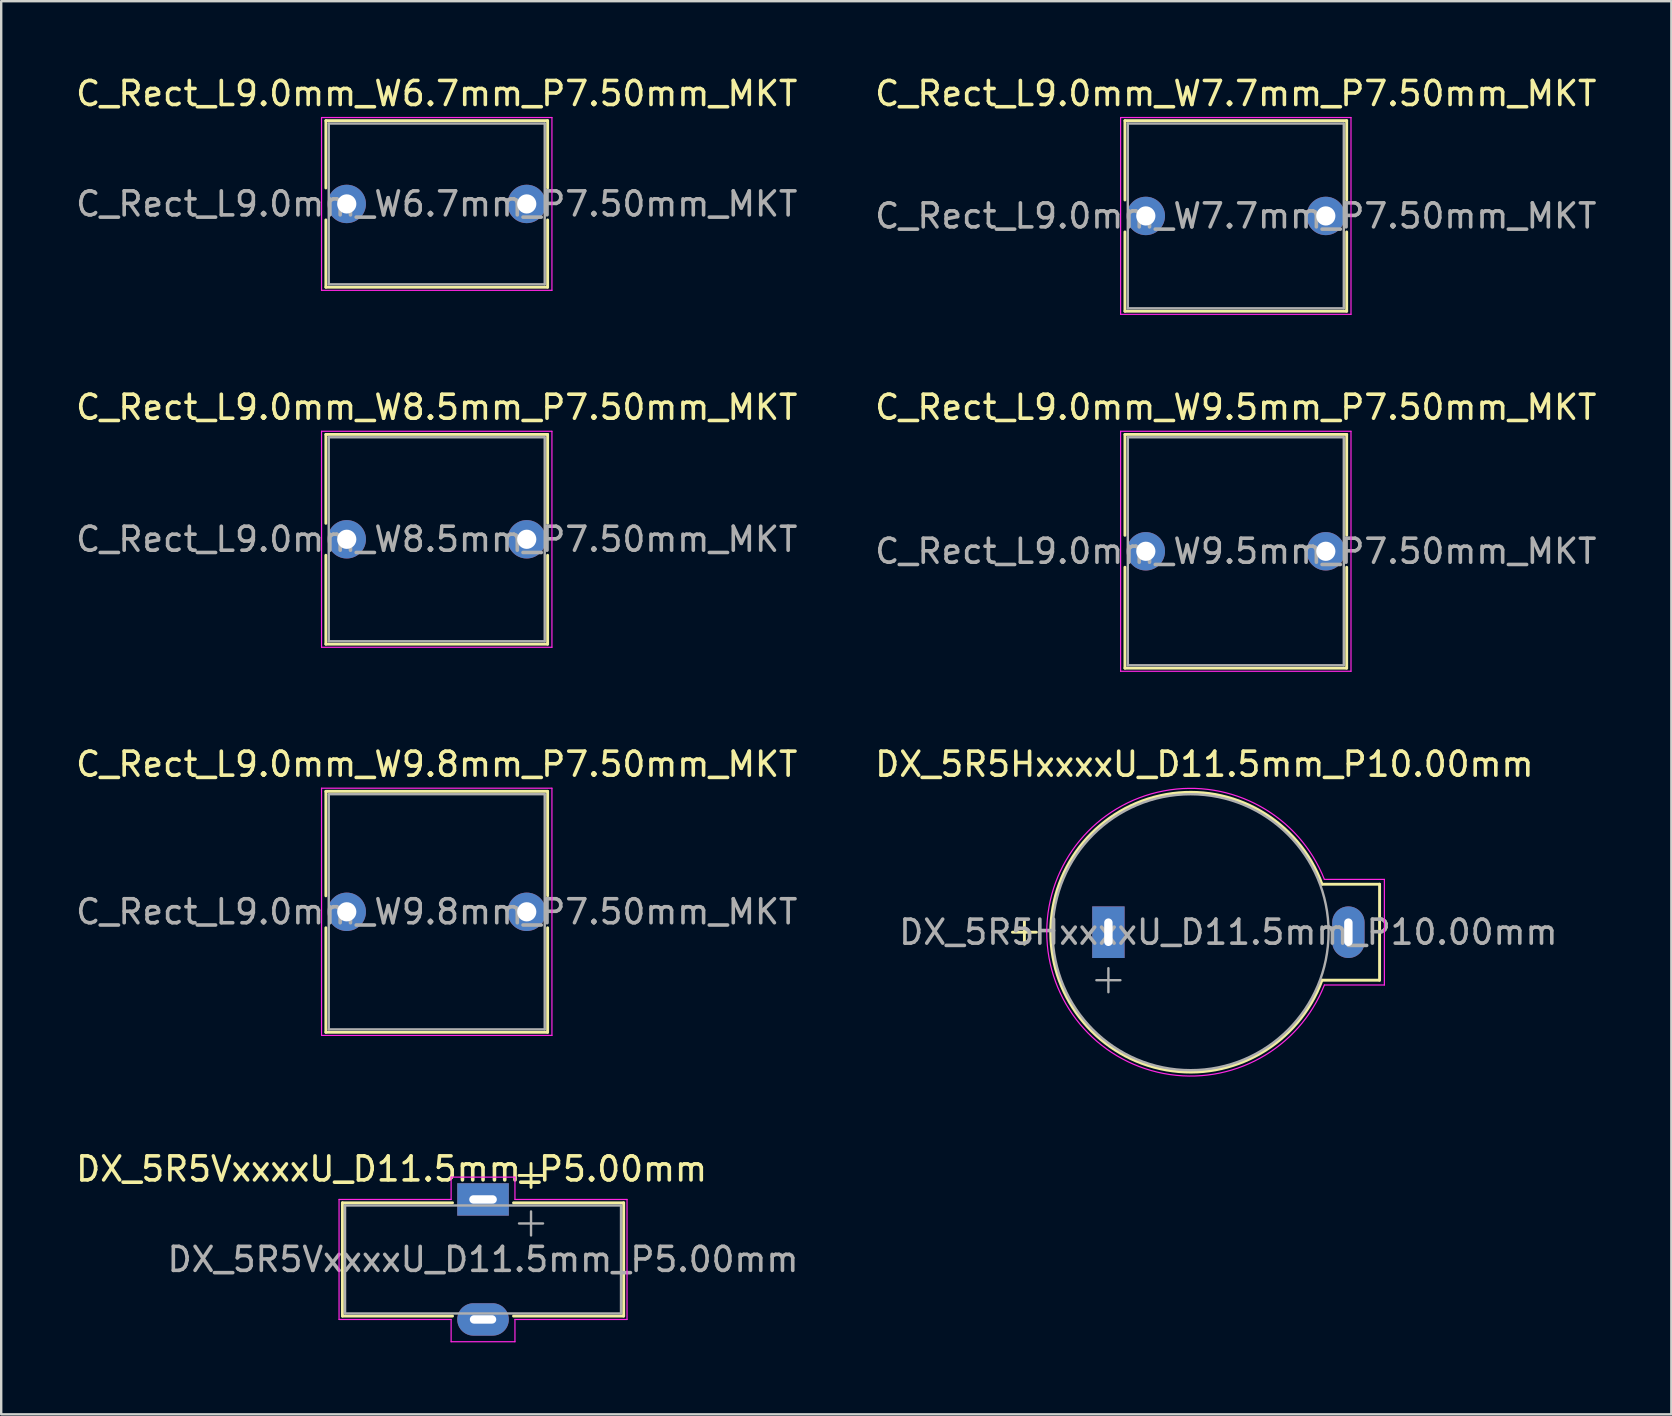
<source format=kicad_pcb>
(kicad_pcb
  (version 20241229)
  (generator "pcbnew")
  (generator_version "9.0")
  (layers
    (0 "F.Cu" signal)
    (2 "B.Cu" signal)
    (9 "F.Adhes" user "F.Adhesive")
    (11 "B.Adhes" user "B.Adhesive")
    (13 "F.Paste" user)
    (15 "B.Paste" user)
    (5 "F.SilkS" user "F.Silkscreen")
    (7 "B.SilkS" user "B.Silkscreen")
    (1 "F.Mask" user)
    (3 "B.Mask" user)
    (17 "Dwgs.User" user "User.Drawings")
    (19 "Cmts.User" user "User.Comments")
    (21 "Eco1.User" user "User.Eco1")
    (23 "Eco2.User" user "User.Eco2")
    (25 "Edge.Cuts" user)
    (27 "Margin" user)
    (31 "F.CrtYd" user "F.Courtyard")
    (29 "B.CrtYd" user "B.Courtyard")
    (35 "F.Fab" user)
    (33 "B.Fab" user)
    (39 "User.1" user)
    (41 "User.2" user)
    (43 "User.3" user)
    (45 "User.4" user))
  (footprint "DX_5R5HxxxxU_D11.5mm_P10.00mm"
    (layer "F.Cu")
    (at 43.137 35.795)
    (property "Reference" "DX_5R5HxxxxU_D11.5mm_P10.00mm" (at 4 -7 0) (layer "F.SilkS") (effects (font (size 1 1) (thickness 0.15))))
    (attr through_hole)
    (fp_line (start -4 0) (end -3 0) (stroke (width 0.12) (type solid)) (layer "F.SilkS"))
    (fp_line (start -3.5 -0.5) (end -3.5 0.5) (stroke (width 0.12) (type solid)) (layer "F.SilkS"))
    (fp_line (start 8.9 -2) (end 11.3 -2) (stroke (width 0.12) (type solid)) (layer "F.SilkS"))
    (fp_line (start 11.3 -2) (end 11.3 2) (stroke (width 0.12) (type solid)) (layer "F.SilkS"))
    (fp_line (start 11.3 2) (end 8.9 2) (stroke (width 0.12) (type solid)) (layer "F.SilkS"))
    (fp_arc (start 8.9 2) (mid -2.403861 0) (end 8.9 -2) (stroke (width 0.12) (type solid)) (layer "F.SilkS"))
    (fp_line (start 9 -2.2) (end 11.5 -2.2) (stroke (width 0.05) (type solid)) (layer "F.CrtYd"))
    (fp_line (start 11.5 -2.2) (end 11.5 2.2) (stroke (width 0.05) (type solid)) (layer "F.CrtYd"))
    (fp_line (start 11.5 2.2) (end 9 2.2) (stroke (width 0.05) (type solid)) (layer "F.CrtYd"))
    (fp_arc (start 9 2.2) (mid -2.568382 0) (end 9 -2.2) (stroke (width 0.05) (type solid)) (layer "F.CrtYd"))
    (fp_line (start -0.5 2) (end 0.5 2) (stroke (width 0.1) (type solid)) (layer "F.Fab"))
    (fp_line (start 0 1.5) (end 0 2.5) (stroke (width 0.1) (type solid)) (layer "F.Fab"))
    (fp_circle (center 3.425 0) (end 9.175 0) (stroke (width 0.1) (type solid)) (fill no) (layer "F.Fab"))
    (fp_text user "${REFERENCE}" (at 5 0 0) (layer "F.Fab") (effects (font (size 1 1) (thickness 0.15))))
    (pad "1" thru_hole rect (at 0 0) (size 1.35 2.15) (drill oval 0.35 1.15) (layers "*.Cu" "*.Mask"))
    (pad "2" thru_hole oval (at 10 0) (size 1.35 2.15) (drill oval 0.35 1.15) (layers "*.Cu" "*.Mask")))
  (footprint "C_Rect_L9.0mm_W9.5mm_P7.50mm_MKT"
    (layer "F.Cu")
    (at 44.696 19.922)
    (property "Reference" "C_Rect_L9.0mm_W9.5mm_P7.50mm_MKT" (at 3.75 -6 0) (layer "F.SilkS") (effects (font (size 1 1) (thickness 0.15))))
    (attr through_hole)
    (fp_line (start -0.87 -4.87) (end -0.87 -0.665) (stroke (width 0.12) (type solid)) (layer "F.SilkS"))
    (fp_line (start -0.87 -4.87) (end 8.37 -4.87) (stroke (width 0.12) (type solid)) (layer "F.SilkS"))
    (fp_line (start -0.87 0.665) (end -0.87 4.87) (stroke (width 0.12) (type solid)) (layer "F.SilkS"))
    (fp_line (start -0.87 4.87) (end 8.37 4.87) (stroke (width 0.12) (type solid)) (layer "F.SilkS"))
    (fp_line (start 8.37 -4.87) (end 8.37 -0.665) (stroke (width 0.12) (type solid)) (layer "F.SilkS"))
    (fp_line (start 8.37 0.665) (end 8.37 4.87) (stroke (width 0.12) (type solid)) (layer "F.SilkS"))
    (fp_line (start -1.05 -5) (end -1.05 5) (stroke (width 0.05) (type solid)) (layer "F.CrtYd"))
    (fp_line (start -1.05 5) (end 8.55 5) (stroke (width 0.05) (type solid)) (layer "F.CrtYd"))
    (fp_line (start 8.55 -5) (end -1.05 -5) (stroke (width 0.05) (type solid)) (layer "F.CrtYd"))
    (fp_line (start 8.55 5) (end 8.55 -5) (stroke (width 0.05) (type solid)) (layer "F.CrtYd"))
    (fp_line (start -0.75 -4.75) (end -0.75 4.75) (stroke (width 0.1) (type solid)) (layer "F.Fab"))
    (fp_line (start -0.75 4.75) (end 8.25 4.75) (stroke (width 0.1) (type solid)) (layer "F.Fab"))
    (fp_line (start 8.25 -4.75) (end -0.75 -4.75) (stroke (width 0.1) (type solid)) (layer "F.Fab"))
    (fp_line (start 8.25 4.75) (end 8.25 -4.75) (stroke (width 0.1) (type solid)) (layer "F.Fab"))
    (fp_text user "${REFERENCE}" (at 3.75 0 0) (layer "F.Fab") (effects (font (size 1 1) (thickness 0.15))))
    (pad "1" thru_hole circle (at 0 0) (size 1.6 1.6) (drill 0.8) (layers "*.Cu" "*.Mask"))
    (pad "2" thru_hole circle (at 7.5 0) (size 1.6 1.6) (drill 0.8) (layers "*.Cu" "*.Mask")))
  (footprint "C_Rect_L9.0mm_W8.5mm_P7.50mm_MKT"
    (layer "F.Cu")
    (at 11.399 19.422)
    (property "Reference" "C_Rect_L9.0mm_W8.5mm_P7.50mm_MKT" (at 3.75 -5.5 0) (layer "F.SilkS") (effects (font (size 1 1) (thickness 0.15))))
    (attr through_hole)
    (fp_line (start -0.87 -4.37) (end -0.87 -0.665) (stroke (width 0.12) (type solid)) (layer "F.SilkS"))
    (fp_line (start -0.87 -4.37) (end 8.37 -4.37) (stroke (width 0.12) (type solid)) (layer "F.SilkS"))
    (fp_line (start -0.87 0.665) (end -0.87 4.37) (stroke (width 0.12) (type solid)) (layer "F.SilkS"))
    (fp_line (start -0.87 4.37) (end 8.37 4.37) (stroke (width 0.12) (type solid)) (layer "F.SilkS"))
    (fp_line (start 8.37 -4.37) (end 8.37 -0.665) (stroke (width 0.12) (type solid)) (layer "F.SilkS"))
    (fp_line (start 8.37 0.665) (end 8.37 4.37) (stroke (width 0.12) (type solid)) (layer "F.SilkS"))
    (fp_line (start -1.05 -4.5) (end -1.05 4.5) (stroke (width 0.05) (type solid)) (layer "F.CrtYd"))
    (fp_line (start -1.05 4.5) (end 8.55 4.5) (stroke (width 0.05) (type solid)) (layer "F.CrtYd"))
    (fp_line (start 8.55 -4.5) (end -1.05 -4.5) (stroke (width 0.05) (type solid)) (layer "F.CrtYd"))
    (fp_line (start 8.55 4.5) (end 8.55 -4.5) (stroke (width 0.05) (type solid)) (layer "F.CrtYd"))
    (fp_line (start -0.75 -4.25) (end -0.75 4.25) (stroke (width 0.1) (type solid)) (layer "F.Fab"))
    (fp_line (start -0.75 4.25) (end 8.25 4.25) (stroke (width 0.1) (type solid)) (layer "F.Fab"))
    (fp_line (start 8.25 -4.25) (end -0.75 -4.25) (stroke (width 0.1) (type solid)) (layer "F.Fab"))
    (fp_line (start 8.25 4.25) (end 8.25 -4.25) (stroke (width 0.1) (type solid)) (layer "F.Fab"))
    (fp_text user "${REFERENCE}" (at 3.75 0 0) (layer "F.Fab") (effects (font (size 1 1) (thickness 0.15))))
    (pad "1" thru_hole circle (at 0 0) (size 1.6 1.6) (drill 0.8) (layers "*.Cu" "*.Mask"))
    (pad "2" thru_hole circle (at 7.5 0) (size 1.6 1.6) (drill 0.8) (layers "*.Cu" "*.Mask")))
  (footprint "DX_5R5VxxxxU_D11.5mm_P5.00mm"
    (layer "F.Cu")
    (at 17.078 46.931)
    (property "Reference" "DX_5R5VxxxxU_D11.5mm_P5.00mm" (at -3.81 -1.27 0) (layer "F.SilkS") (effects (font (size 1 1) (thickness 0.15))))
    (attr through_hole)
    (fp_line (start -5.86 0.14) (end -5.86 4.86) (stroke (width 0.12) (type solid)) (layer "F.SilkS"))
    (fp_line (start -5.86 0.14) (end -1.27 0.14) (stroke (width 0.12) (type solid)) (layer "F.SilkS"))
    (fp_line (start -1.27 4.86) (end -5.86 4.86) (stroke (width 0.12) (type solid)) (layer "F.SilkS"))
    (fp_line (start 1.27 0.14) (end 5.86 0.14) (stroke (width 0.12) (type solid)) (layer "F.SilkS"))
    (fp_line (start 1.5 -1) (end 2.5 -1) (stroke (width 0.12) (type solid)) (layer "F.SilkS"))
    (fp_line (start 2 -1.5) (end 2 -0.5) (stroke (width 0.12) (type solid)) (layer "F.SilkS"))
    (fp_line (start 5.86 0.14) (end 5.86 4.86) (stroke (width 0.12) (type solid)) (layer "F.SilkS"))
    (fp_line (start 5.86 4.86) (end 1.27 4.86) (stroke (width 0.12) (type solid)) (layer "F.SilkS"))
    (fp_line (start -6 0) (end -6 5) (stroke (width 0.05) (type solid)) (layer "F.CrtYd"))
    (fp_line (start -1.33 -0.93) (end -1.33 0) (stroke (width 0.05) (type solid)) (layer "F.CrtYd"))
    (fp_line (start -1.33 0) (end -6 0) (stroke (width 0.05) (type solid)) (layer "F.CrtYd"))
    (fp_line (start -1.33 5) (end -6 5) (stroke (width 0.05) (type solid)) (layer "F.CrtYd"))
    (fp_line (start -1.33 5) (end -1.33 5.93) (stroke (width 0.05) (type solid)) (layer "F.CrtYd"))
    (fp_line (start -1.33 5.93) (end 1.33 5.93) (stroke (width 0.05) (type solid)) (layer "F.CrtYd"))
    (fp_line (start 1.33 -0.93) (end -1.33 -0.93) (stroke (width 0.05) (type solid)) (layer "F.CrtYd"))
    (fp_line (start 1.33 0) (end 1.33 -0.93) (stroke (width 0.05) (type solid)) (layer "F.CrtYd"))
    (fp_line (start 1.33 0) (end 6 0) (stroke (width 0.05) (type solid)) (layer "F.CrtYd"))
    (fp_line (start 1.33 5) (end 1.33 5.93) (stroke (width 0.05) (type solid)) (layer "F.CrtYd"))
    (fp_line (start 6 0) (end 6 5) (stroke (width 0.05) (type solid)) (layer "F.CrtYd"))
    (fp_line (start 6 5) (end 1.33 5) (stroke (width 0.05) (type solid)) (layer "F.CrtYd"))
    (fp_line (start -5.75 0.25) (end -5.75 4.75) (stroke (width 0.1) (type solid)) (layer "F.Fab"))
    (fp_line (start -5.75 0.25) (end 5.75 0.25) (stroke (width 0.1) (type solid)) (layer "F.Fab"))
    (fp_line (start -5.75 4.75) (end 5.75 4.75) (stroke (width 0.1) (type solid)) (layer "F.Fab"))
    (fp_line (start 1.5 1) (end 2.5 1) (stroke (width 0.1) (type solid)) (layer "F.Fab"))
    (fp_line (start 2 0.5) (end 2 1.5) (stroke (width 0.1) (type solid)) (layer "F.Fab"))
    (fp_line (start 5.75 0.25) (end 5.75 4.75) (stroke (width 0.1) (type solid)) (layer "F.Fab"))
    (fp_text user "${REFERENCE}" (at 0 2.5 0) (layer "F.Fab") (effects (font (size 1 1) (thickness 0.15))))
    (pad "1" thru_hole rect (at 0 0) (size 2.15 1.35) (drill oval 1.15 0.35) (layers "*.Cu" "*.Mask"))
    (pad "2" thru_hole oval (at 0 5) (size 2.15 1.35) (drill oval 1.1 0.35) (layers "*.Cu" "*.Mask")))
  (footprint "C_Rect_L9.0mm_W6.7mm_P7.50mm_MKT"
    (layer "F.Cu")
    (at 11.399 5.448)
    (property "Reference" "C_Rect_L9.0mm_W6.7mm_P7.50mm_MKT" (at 3.75 -4.6 0) (layer "F.SilkS") (effects (font (size 1 1) (thickness 0.15))))
    (attr through_hole)
    (fp_line (start -0.87 -3.47) (end -0.87 -0.665) (stroke (width 0.12) (type solid)) (layer "F.SilkS"))
    (fp_line (start -0.87 -3.47) (end 8.37 -3.47) (stroke (width 0.12) (type solid)) (layer "F.SilkS"))
    (fp_line (start -0.87 0.665) (end -0.87 3.47) (stroke (width 0.12) (type solid)) (layer "F.SilkS"))
    (fp_line (start -0.87 3.47) (end 8.37 3.47) (stroke (width 0.12) (type solid)) (layer "F.SilkS"))
    (fp_line (start 8.37 -3.47) (end 8.37 -0.665) (stroke (width 0.12) (type solid)) (layer "F.SilkS"))
    (fp_line (start 8.37 0.665) (end 8.37 3.47) (stroke (width 0.12) (type solid)) (layer "F.SilkS"))
    (fp_line (start -1.05 -3.6) (end -1.05 3.6) (stroke (width 0.05) (type solid)) (layer "F.CrtYd"))
    (fp_line (start -1.05 3.6) (end 8.55 3.6) (stroke (width 0.05) (type solid)) (layer "F.CrtYd"))
    (fp_line (start 8.55 -3.6) (end -1.05 -3.6) (stroke (width 0.05) (type solid)) (layer "F.CrtYd"))
    (fp_line (start 8.55 3.6) (end 8.55 -3.6) (stroke (width 0.05) (type solid)) (layer "F.CrtYd"))
    (fp_line (start -0.75 -3.35) (end -0.75 3.35) (stroke (width 0.1) (type solid)) (layer "F.Fab"))
    (fp_line (start -0.75 3.35) (end 8.25 3.35) (stroke (width 0.1) (type solid)) (layer "F.Fab"))
    (fp_line (start 8.25 -3.35) (end -0.75 -3.35) (stroke (width 0.1) (type solid)) (layer "F.Fab"))
    (fp_line (start 8.25 3.35) (end 8.25 -3.35) (stroke (width 0.1) (type solid)) (layer "F.Fab"))
    (fp_text user "${REFERENCE}" (at 3.75 0 0) (layer "F.Fab") (effects (font (size 1 1) (thickness 0.15))))
    (pad "1" thru_hole circle (at 0 0) (size 1.6 1.6) (drill 0.8) (layers "*.Cu" "*.Mask"))
    (pad "2" thru_hole circle (at 7.5 0) (size 1.6 1.6) (drill 0.8) (layers "*.Cu" "*.Mask")))
  (footprint "C_Rect_L9.0mm_W7.7mm_P7.50mm_MKT"
    (layer "F.Cu")
    (at 44.696 5.948)
    (property "Reference" "C_Rect_L9.0mm_W7.7mm_P7.50mm_MKT" (at 3.75 -5.1 0) (layer "F.SilkS") (effects (font (size 1 1) (thickness 0.15))))
    (attr through_hole)
    (fp_line (start -0.87 -3.97) (end -0.87 -0.665) (stroke (width 0.12) (type solid)) (layer "F.SilkS"))
    (fp_line (start -0.87 -3.97) (end 8.37 -3.97) (stroke (width 0.12) (type solid)) (layer "F.SilkS"))
    (fp_line (start -0.87 0.665) (end -0.87 3.97) (stroke (width 0.12) (type solid)) (layer "F.SilkS"))
    (fp_line (start -0.87 3.97) (end 8.37 3.97) (stroke (width 0.12) (type solid)) (layer "F.SilkS"))
    (fp_line (start 8.37 -3.97) (end 8.37 -0.665) (stroke (width 0.12) (type solid)) (layer "F.SilkS"))
    (fp_line (start 8.37 0.665) (end 8.37 3.97) (stroke (width 0.12) (type solid)) (layer "F.SilkS"))
    (fp_line (start -1.05 -4.1) (end -1.05 4.1) (stroke (width 0.05) (type solid)) (layer "F.CrtYd"))
    (fp_line (start -1.05 4.1) (end 8.55 4.1) (stroke (width 0.05) (type solid)) (layer "F.CrtYd"))
    (fp_line (start 8.55 -4.1) (end -1.05 -4.1) (stroke (width 0.05) (type solid)) (layer "F.CrtYd"))
    (fp_line (start 8.55 4.1) (end 8.55 -4.1) (stroke (width 0.05) (type solid)) (layer "F.CrtYd"))
    (fp_line (start -0.75 -3.85) (end -0.75 3.85) (stroke (width 0.1) (type solid)) (layer "F.Fab"))
    (fp_line (start -0.75 3.85) (end 8.25 3.85) (stroke (width 0.1) (type solid)) (layer "F.Fab"))
    (fp_line (start 8.25 -3.85) (end -0.75 -3.85) (stroke (width 0.1) (type solid)) (layer "F.Fab"))
    (fp_line (start 8.25 3.85) (end 8.25 -3.85) (stroke (width 0.1) (type solid)) (layer "F.Fab"))
    (fp_text user "${REFERENCE}" (at 3.75 0 0) (layer "F.Fab") (effects (font (size 1 1) (thickness 0.15))))
    (pad "1" thru_hole circle (at 0 0) (size 1.6 1.6) (drill 0.8) (layers "*.Cu" "*.Mask"))
    (pad "2" thru_hole circle (at 7.5 0) (size 1.6 1.6) (drill 0.8) (layers "*.Cu" "*.Mask")))
  (footprint "C_Rect_L9.0mm_W9.8mm_P7.50mm_MKT"
    (layer "F.Cu")
    (at 11.399 34.945)
    (property "Reference" "C_Rect_L9.0mm_W9.8mm_P7.50mm_MKT" (at 3.75 -6.15 0) (layer "F.SilkS") (effects (font (size 1 1) (thickness 0.15))))
    (attr through_hole)
    (fp_line (start -0.87 -5.02) (end -0.87 -0.665) (stroke (width 0.12) (type solid)) (layer "F.SilkS"))
    (fp_line (start -0.87 -5.02) (end 8.37 -5.02) (stroke (width 0.12) (type solid)) (layer "F.SilkS"))
    (fp_line (start -0.87 0.665) (end -0.87 5.02) (stroke (width 0.12) (type solid)) (layer "F.SilkS"))
    (fp_line (start -0.87 5.02) (end 8.37 5.02) (stroke (width 0.12) (type solid)) (layer "F.SilkS"))
    (fp_line (start 8.37 -5.02) (end 8.37 -0.665) (stroke (width 0.12) (type solid)) (layer "F.SilkS"))
    (fp_line (start 8.37 0.665) (end 8.37 5.02) (stroke (width 0.12) (type solid)) (layer "F.SilkS"))
    (fp_line (start -1.05 -5.15) (end -1.05 5.15) (stroke (width 0.05) (type solid)) (layer "F.CrtYd"))
    (fp_line (start -1.05 5.15) (end 8.55 5.15) (stroke (width 0.05) (type solid)) (layer "F.CrtYd"))
    (fp_line (start 8.55 -5.15) (end -1.05 -5.15) (stroke (width 0.05) (type solid)) (layer "F.CrtYd"))
    (fp_line (start 8.55 5.15) (end 8.55 -5.15) (stroke (width 0.05) (type solid)) (layer "F.CrtYd"))
    (fp_line (start -0.75 -4.9) (end -0.75 4.9) (stroke (width 0.1) (type solid)) (layer "F.Fab"))
    (fp_line (start -0.75 4.9) (end 8.25 4.9) (stroke (width 0.1) (type solid)) (layer "F.Fab"))
    (fp_line (start 8.25 -4.9) (end -0.75 -4.9) (stroke (width 0.1) (type solid)) (layer "F.Fab"))
    (fp_line (start 8.25 4.9) (end 8.25 -4.9) (stroke (width 0.1) (type solid)) (layer "F.Fab"))
    (fp_text user "${REFERENCE}" (at 3.75 0 0) (layer "F.Fab") (effects (font (size 1 1) (thickness 0.15))))
    (pad "1" thru_hole circle (at 0 0) (size 1.6 1.6) (drill 0.8) (layers "*.Cu" "*.Mask"))
    (pad "2" thru_hole circle (at 7.5 0) (size 1.6 1.6) (drill 0.8) (layers "*.Cu" "*.Mask")))
  (gr_rect
    (start -3 -3)
    (end 66.595 55.886)
    (stroke (width 0.1) (type default))
    (fill no)
    (layer "Edge.Cuts")))
</source>
